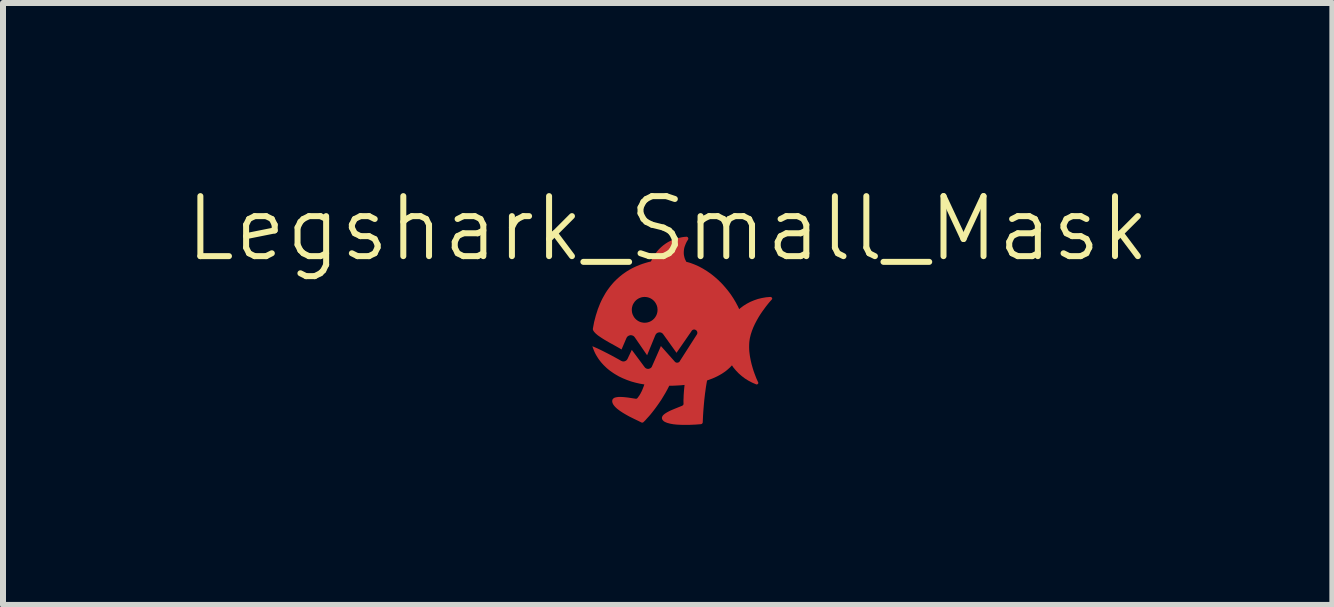
<source format=kicad_pcb>
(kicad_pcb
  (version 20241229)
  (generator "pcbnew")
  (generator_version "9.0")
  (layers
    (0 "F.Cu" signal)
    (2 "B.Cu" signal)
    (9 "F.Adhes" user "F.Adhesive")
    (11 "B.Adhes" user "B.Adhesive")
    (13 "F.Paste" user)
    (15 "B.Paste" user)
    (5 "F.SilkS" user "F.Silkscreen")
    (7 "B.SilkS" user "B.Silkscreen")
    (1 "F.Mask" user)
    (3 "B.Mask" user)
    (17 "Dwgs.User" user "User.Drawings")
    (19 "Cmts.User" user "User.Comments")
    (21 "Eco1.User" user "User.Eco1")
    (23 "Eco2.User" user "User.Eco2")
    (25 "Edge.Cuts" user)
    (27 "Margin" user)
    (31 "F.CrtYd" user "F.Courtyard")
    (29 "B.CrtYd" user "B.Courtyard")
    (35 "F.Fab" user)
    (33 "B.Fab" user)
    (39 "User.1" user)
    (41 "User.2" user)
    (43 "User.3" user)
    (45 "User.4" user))
  (footprint "Legshark_Small_Mask"
    (layer "F.Cu")
    (at 8.125 2.608)
    (property "Reference" "Legshark_Small_Mask" (at -0.051 -1.848 0) (unlocked yes) (layer "F.SilkS") (effects (font (size 1 1) (thickness 0.1))))
    (fp_poly (pts (xy 1.662 -0.711) (xy 1.664 -0.71) (xy 1.666 -0.71) (xy 1.668 -0.71) (xy 1.67 -0.709) (xy 1.672 -0.708) (xy 1.673 -0.708) (xy 1.675 -0.707) (xy 1.677 -0.706) (xy 1.678 -0.705) (xy 1.68 -0.704) (xy 1.681 -0.702) (xy 1.682 -0.701) (xy 1.684 -0.7) (xy 1.685 -0.698) (xy 1.686 -0.697) (xy 1.687 -0.695) (xy 1.687 -0.694) (xy 1.688 -0.692) (xy 1.689 -0.691) (xy 1.689 -0.689) (xy 1.689 -0.687) (xy 1.69 -0.686) (xy 1.69 -0.684) (xy 1.69 -0.682) (xy 1.69 -0.68) (xy 1.689 -0.679) (xy 1.689 -0.677) (xy 1.688 -0.675) (xy 1.688 -0.674) (xy 1.687 -0.672) (xy 1.687 -0.672) (xy 1.638 -0.617) (xy 1.587 -0.553) (xy 1.527 -0.471) (xy 1.495 -0.424) (xy 1.463 -0.373) (xy 1.433 -0.32) (xy 1.403 -0.263) (xy 1.376 -0.205) (xy 1.353 -0.146) (xy 1.333 -0.085) (xy 1.318 -0.023) (xy 1.313 0.008) (xy 1.309 0.039) (xy 1.307 0.071) (xy 1.306 0.103) (xy 1.306 0.135) (xy 1.307 0.167) (xy 1.309 0.199) (xy 1.313 0.231) (xy 1.317 0.263) (xy 1.322 0.294) (xy 1.334 0.355) (xy 1.348 0.414) (xy 1.364 0.47) (xy 1.38 0.522) (xy 1.397 0.569) (xy 1.413 0.611) (xy 1.427 0.647) (xy 1.45 0.698) (xy 1.458 0.716) (xy 1.459 0.718) (xy 1.459 0.72) (xy 1.459 0.722) (xy 1.459 0.724) (xy 1.458 0.726) (xy 1.458 0.727) (xy 1.458 0.729) (xy 1.457 0.731) (xy 1.456 0.732) (xy 1.455 0.734) (xy 1.454 0.735) (xy 1.453 0.736) (xy 1.452 0.738) (xy 1.451 0.739) (xy 1.45 0.74) (xy 1.448 0.741) (xy 1.447 0.742) (xy 1.445 0.743) (xy 1.444 0.744) (xy 1.442 0.745) (xy 1.44 0.745) (xy 1.438 0.746) (xy 1.437 0.746) (xy 1.435 0.746) (xy 1.433 0.747) (xy 1.431 0.747) (xy 1.429 0.747) (xy 1.427 0.746) (xy 1.425 0.746) (xy 1.423 0.746) (xy 1.421 0.745) (xy 1.419 0.744) (xy 1.355 0.716) (xy 1.294 0.684) (xy 1.236 0.648) (xy 1.182 0.607) (xy 1.132 0.563) (xy 1.086 0.515) (xy 1.044 0.465) (xy 1.007 0.411) (xy 0.975 0.355) (xy 0.948 0.297) (xy 0.936 0.267) (xy 0.926 0.237) (xy 0.917 0.206) (xy 0.909 0.175) (xy 0.903 0.143) (xy 0.898 0.112) (xy 0.895 0.08) (xy 0.893 0.047) (xy 0.893 0.014) (xy 0.894 -0.018) (xy 0.897 -0.051) (xy 0.901 -0.084) (xy 0.907 -0.117) (xy 0.915 -0.15) (xy 0.924 -0.181) (xy 0.935 -0.213) (xy 0.946 -0.243) (xy 0.96 -0.273) (xy 0.974 -0.301) (xy 0.99 -0.33) (xy 1.007 -0.357) (xy 1.026 -0.384) (xy 1.045 -0.409) (xy 1.066 -0.434) (xy 1.11 -0.481) (xy 1.159 -0.524) (xy 1.211 -0.563) (xy 1.267 -0.598) (xy 1.326 -0.629) (xy 1.388 -0.655) (xy 1.452 -0.677) (xy 1.519 -0.693) (xy 1.588 -0.705) (xy 1.658 -0.711) (xy 1.66 -0.711)) (stroke (width 0) (type solid)) (fill yes) (layer "F.Cu"))
    (fp_poly (pts (xy 0.264 -1.714) (xy 0.267 -1.714) (xy 0.269 -1.714) (xy 0.271 -1.713) (xy 0.273 -1.712) (xy 0.275 -1.711) (xy 0.277 -1.71) (xy 0.279 -1.709) (xy 0.28 -1.708) (xy 0.282 -1.707) (xy 0.283 -1.705) (xy 0.285 -1.704) (xy 0.286 -1.702) (xy 0.287 -1.7) (xy 0.288 -1.698) (xy 0.289 -1.696) (xy 0.29 -1.694) (xy 0.291 -1.692) (xy 0.292 -1.69) (xy 0.292 -1.688) (xy 0.292 -1.686) (xy 0.293 -1.684) (xy 0.293 -1.682) (xy 0.292 -1.679) (xy 0.292 -1.677) (xy 0.292 -1.675) (xy 0.291 -1.673) (xy 0.29 -1.671) (xy 0.289 -1.668) (xy 0.288 -1.666) (xy 0.287 -1.664) (xy 0.278 -1.65) (xy 0.268 -1.634) (xy 0.259 -1.616) (xy 0.25 -1.597) (xy 0.242 -1.577) (xy 0.234 -1.556) (xy 0.227 -1.534) (xy 0.222 -1.511) (xy 0.219 -1.487) (xy 0.217 -1.462) (xy 0.217 -1.436) (xy 0.218 -1.423) (xy 0.219 -1.41) (xy 0.222 -1.397) (xy 0.225 -1.383) (xy 0.228 -1.37) (xy 0.232 -1.356) (xy 0.237 -1.342) (xy 0.243 -1.329) (xy 0.25 -1.315) (xy 0.257 -1.301) (xy 0.258 -1.3) (xy 0.258 -1.3) (xy 0.258 -1.299) (xy 0.258 -1.299) (xy 0.259 -1.298) (xy 0.259 -1.298) (xy 0.259 -1.297) (xy 0.259 -1.296) (xy 0.295 -1.287) (xy 0.331 -1.276) (xy 0.402 -1.249) (xy 0.471 -1.218) (xy 0.539 -1.181) (xy 0.605 -1.14) (xy 0.67 -1.095) (xy 0.731 -1.046) (xy 0.791 -0.993) (xy 0.848 -0.937) (xy 0.901 -0.878) (xy 0.952 -0.817) (xy 1 -0.753) (xy 1.043 -0.688) (xy 1.083 -0.621) (xy 1.119 -0.553) (xy 1.151 -0.484) (xy 1.151 -0.484) (xy 1.13 0.262) (xy 1.111 0.3) (xy 1.089 0.336) (xy 1.066 0.371) (xy 1.04 0.404) (xy 1.013 0.436) (xy 0.984 0.466) (xy 0.953 0.494) (xy 0.921 0.521) (xy 0.886 0.546) (xy 0.851 0.569) (xy 0.813 0.591) (xy 0.774 0.612) (xy 0.734 0.631) (xy 0.692 0.649) (xy 0.649 0.665) (xy 0.605 0.681) (xy 0.595 0.736) (xy 0.586 0.791) (xy 0.571 0.9) (xy 0.559 1.004) (xy 0.55 1.102) (xy 0.543 1.19) (xy 0.538 1.267) (xy 0.533 1.376) (xy 0.533 1.377) (xy 0.533 1.379) (xy 0.533 1.381) (xy 0.532 1.382) (xy 0.532 1.384) (xy 0.531 1.385) (xy 0.531 1.387) (xy 0.53 1.389) (xy 0.53 1.39) (xy 0.529 1.391) (xy 0.528 1.393) (xy 0.527 1.394) (xy 0.526 1.395) (xy 0.525 1.397) (xy 0.524 1.398) (xy 0.523 1.399) (xy 0.522 1.4) (xy 0.521 1.401) (xy 0.52 1.402) (xy 0.518 1.403) (xy 0.517 1.404) (xy 0.516 1.405) (xy 0.514 1.405) (xy 0.513 1.406) (xy 0.512 1.407) (xy 0.51 1.407) (xy 0.509 1.407) (xy 0.507 1.408) (xy 0.505 1.408) (xy 0.504 1.408) (xy 0.502 1.409) (xy 0.501 1.409) (xy 0.411 1.416) (xy 0.318 1.42) (xy 0.209 1.421) (xy 0.152 1.419) (xy 0.096 1.416) (xy 0.042 1.41) (xy -0.008 1.401) (xy -0.053 1.389) (xy -0.073 1.382) (xy -0.091 1.374) (xy -0.107 1.366) (xy -0.12 1.356) (xy -0.131 1.345) (xy -0.14 1.333) (xy -0.144 1.324) (xy -0.146 1.316) (xy -0.147 1.307) (xy -0.147 1.299) (xy -0.145 1.291) (xy -0.142 1.283) (xy -0.138 1.275) (xy -0.133 1.267) (xy -0.126 1.259) (xy -0.119 1.252) (xy -0.101 1.237) (xy -0.079 1.222) (xy -0.055 1.208) (xy -0.029 1.194) (xy -0.000039 1.18) (xy 0.061 1.154) (xy 0.183 1.105) (xy 0.186 1.104) (xy 0.189 1.102) (xy 0.191 1.101) (xy 0.194 1.099) (xy 0.197 1.098) (xy 0.199 1.096) (xy 0.202 1.094) (xy 0.204 1.092) (xy 0.205 1.091) (xy 0.206 1.09) (xy 0.207 1.089) (xy 0.208 1.087) (xy 0.208 1.086) (xy 0.209 1.085) (xy 0.21 1.084) (xy 0.21 1.082) (xy 0.211 1.081) (xy 0.211 1.079) (xy 0.212 1.078) (xy 0.212 1.077) (xy 0.212 1.075) (xy 0.213 1.073) (xy 0.213 1.072) (xy 0.213 1.07) (xy 0.212 1.038) (xy 0.212 1.003) (xy 0.214 0.966) (xy 0.215 0.927) (xy 0.218 0.886) (xy 0.221 0.844) (xy 0.23 0.755) (xy 0.199 0.758) (xy 0.167 0.761) (xy 0.136 0.763) (xy 0.104 0.765) (xy 0.04 0.768) (xy -0.025 0.769) (xy -0.057 0.831) (xy -0.089 0.889) (xy -0.122 0.944) (xy -0.154 0.997) (xy -0.187 1.046) (xy -0.219 1.092) (xy -0.25 1.135) (xy -0.28 1.175) (xy -0.309 1.212) (xy -0.336 1.246) (xy -0.362 1.276) (xy -0.386 1.302) (xy -0.425 1.346) (xy -0.454 1.374) (xy -0.456 1.376) (xy -0.457 1.378) (xy -0.46 1.379) (xy -0.462 1.38) (xy -0.464 1.381) (xy -0.466 1.382) (xy -0.468 1.383) (xy -0.471 1.383) (xy -0.473 1.383) (xy -0.476 1.383) (xy -0.478 1.383) (xy -0.48 1.383) (xy -0.483 1.382) (xy -0.485 1.382) (xy -0.487 1.381) (xy -0.49 1.38) (xy -0.535 1.357) (xy -0.602 1.325) (xy -0.683 1.285) (xy -0.725 1.262) (xy -0.767 1.238) (xy -0.808 1.213) (xy -0.847 1.187) (xy -0.883 1.16) (xy -0.899 1.147) (xy -0.914 1.133) (xy -0.928 1.119) (xy -0.94 1.105) (xy -0.951 1.091) (xy -0.96 1.077) (xy -0.967 1.063) (xy -0.972 1.049) (xy -0.975 1.036) (xy -0.975 1.022) (xy -0.974 1.012) (xy -0.972 1.004) (xy -0.969 0.996) (xy -0.964 0.989) (xy -0.958 0.983) (xy -0.951 0.977) (xy -0.944 0.972) (xy -0.935 0.968) (xy -0.925 0.965) (xy -0.915 0.962) (xy -0.892 0.958) (xy -0.867 0.955) (xy -0.839 0.955) (xy -0.81 0.956) (xy -0.779 0.958) (xy -0.715 0.965) (xy -0.592 0.984) (xy -0.589 0.985) (xy -0.587 0.985) (xy -0.584 0.985) (xy -0.582 0.985) (xy -0.579 0.985) (xy -0.577 0.985) (xy -0.575 0.985) (xy -0.572 0.985) (xy -0.57 0.984) (xy -0.568 0.983) (xy -0.567 0.983) (xy -0.566 0.983) (xy -0.565 0.982) (xy -0.564 0.982) (xy -0.563 0.981) (xy -0.562 0.98) (xy -0.561 0.98) (xy -0.56 0.979) (xy -0.559 0.978) (xy -0.558 0.977) (xy -0.557 0.976) (xy -0.556 0.975) (xy -0.547 0.964) (xy -0.538 0.951) (xy -0.529 0.939) (xy -0.52 0.926) (xy -0.512 0.912) (xy -0.504 0.899) (xy -0.497 0.884) (xy -0.489 0.87) (xy -0.482 0.855) (xy -0.475 0.84) (xy -0.463 0.81) (xy -0.451 0.779) (xy -0.44 0.747) (xy -0.515 0.734) (xy -0.589 0.717) (xy -0.661 0.697) (xy -0.731 0.672) (xy -0.799 0.644) (xy -0.864 0.613) (xy -0.926 0.577) (xy -0.956 0.558) (xy -0.985 0.538) (xy -1.013 0.518) (xy -1.041 0.496) (xy -1.067 0.474) (xy -1.092 0.45) (xy -1.117 0.426) (xy -1.14 0.401) (xy -1.162 0.376) (xy -1.183 0.349) (xy -1.203 0.322) (xy -1.221 0.294) (xy -1.239 0.265) (xy -1.255 0.236) (xy -1.27 0.205) (xy -1.283 0.174) (xy -1.295 0.143) (xy -1.306 0.11) (xy -1.265 0.128) (xy -1.223 0.146) (xy -1.181 0.166) (xy -1.14 0.186) (xy -1.059 0.227) (xy -0.984 0.266) (xy -0.92 0.301) (xy -0.869 0.329) (xy -0.824 0.355) (xy -0.816 0.358) (xy -0.813 0.36) (xy -0.809 0.361) (xy -0.806 0.362) (xy -0.802 0.362) (xy -0.799 0.363) (xy -0.795 0.363) (xy -0.792 0.364) (xy -0.788 0.364) (xy -0.785 0.364) (xy -0.781 0.363) (xy -0.777 0.363) (xy -0.774 0.362) (xy -0.771 0.362) (xy -0.767 0.361) (xy -0.764 0.36) (xy -0.761 0.358) (xy -0.757 0.357) (xy -0.754 0.355) (xy -0.751 0.354) (xy -0.748 0.352) (xy -0.745 0.35) (xy -0.742 0.348) (xy -0.739 0.346) (xy -0.737 0.343) (xy -0.734 0.341) (xy -0.732 0.338) (xy -0.729 0.335) (xy -0.727 0.332) (xy -0.725 0.329) (xy -0.723 0.326) (xy -0.721 0.322) (xy -0.719 0.319) (xy -0.649 0.171) (xy -0.435 0.459) (xy -0.432 0.462) (xy -0.429 0.465) (xy -0.427 0.468) (xy -0.424 0.471) (xy -0.421 0.473) (xy -0.418 0.475) (xy -0.415 0.477) (xy -0.411 0.479) (xy -0.408 0.481) (xy -0.405 0.482) (xy -0.401 0.484) (xy -0.398 0.485) (xy -0.394 0.486) (xy -0.39 0.486) (xy -0.387 0.487) (xy -0.383 0.487) (xy -0.38 0.487) (xy -0.378 0.487) (xy -0.375 0.487) (xy -0.372 0.487) (xy -0.37 0.487) (xy -0.367 0.487) (xy -0.364 0.486) (xy -0.362 0.486) (xy -0.359 0.485) (xy -0.356 0.484) (xy -0.354 0.483) (xy -0.351 0.482) (xy -0.349 0.481) (xy -0.346 0.48) (xy -0.344 0.479) (xy -0.341 0.478) (xy -0.339 0.476) (xy -0.336 0.475) (xy -0.334 0.473) (xy -0.332 0.471) (xy -0.33 0.47) (xy -0.328 0.468) (xy -0.326 0.466) (xy -0.324 0.464) (xy -0.322 0.461) (xy -0.32 0.459) (xy -0.319 0.457) (xy -0.317 0.454) (xy -0.315 0.452) (xy -0.314 0.449) (xy -0.313 0.447) (xy -0.312 0.444) (xy -0.228 0.254) (xy -0.164 0.107) (xy 0.006 0.298) (xy 0.065 0.364) (xy 0.067 0.367) (xy 0.069 0.369) (xy 0.071 0.37) (xy 0.072 0.372) (xy 0.074 0.373) (xy 0.076 0.375) (xy 0.077 0.376) (xy 0.079 0.377) (xy 0.081 0.378) (xy 0.085 0.38) (xy 0.089 0.382) (xy 0.093 0.383) (xy 0.097 0.384) (xy 0.101 0.384) (xy 0.105 0.384) (xy 0.11 0.384) (xy 0.114 0.384) (xy 0.118 0.383) (xy 0.122 0.382) (xy 0.126 0.381) (xy 0.13 0.379) (xy 0.132 0.378) (xy 0.134 0.377) (xy 0.136 0.376) (xy 0.138 0.374) (xy 0.139 0.373) (xy 0.141 0.371) (xy 0.143 0.37) (xy 0.145 0.368) (xy 0.146 0.367) (xy 0.148 0.365) (xy 0.149 0.363) (xy 0.151 0.361) (xy 0.152 0.359) (xy 0.153 0.357) (xy 0.154 0.355) (xy 0.155 0.352) (xy 0.438 -0.09) (xy 0.44 -0.096) (xy 0.442 -0.102) (xy 0.443 -0.108) (xy 0.443 -0.114) (xy 0.443 -0.119) (xy 0.442 -0.124) (xy 0.441 -0.129) (xy 0.439 -0.134) (xy 0.437 -0.139) (xy 0.435 -0.143) (xy 0.432 -0.147) (xy 0.428 -0.151) (xy 0.425 -0.154) (xy 0.421 -0.157) (xy 0.417 -0.16) (xy 0.413 -0.162) (xy 0.408 -0.164) (xy 0.404 -0.166) (xy 0.399 -0.167) (xy 0.394 -0.168) (xy 0.39 -0.168) (xy 0.385 -0.168) (xy 0.38 -0.167) (xy 0.375 -0.166) (xy 0.371 -0.164) (xy 0.366 -0.162) (xy 0.362 -0.159) (xy 0.357 -0.156) (xy 0.353 -0.152) (xy 0.35 -0.148) (xy 0.346 -0.143) (xy 0.343 -0.137) (xy 0.096 0.22) (xy -0.126 -0.09) (xy -0.13 -0.094) (xy -0.133 -0.098) (xy -0.137 -0.102) (xy -0.141 -0.106) (xy -0.145 -0.109) (xy -0.149 -0.111) (xy -0.154 -0.114) (xy -0.158 -0.116) (xy -0.163 -0.117) (xy -0.168 -0.119) (xy -0.173 -0.12) (xy -0.178 -0.121) (xy -0.182 -0.121) (xy -0.187 -0.121) (xy -0.192 -0.121) (xy -0.197 -0.12) (xy -0.202 -0.119) (xy -0.207 -0.118) (xy -0.212 -0.117) (xy -0.216 -0.115) (xy -0.221 -0.113) (xy -0.225 -0.111) (xy -0.229 -0.108) (xy -0.233 -0.105) (xy -0.237 -0.102) (xy -0.241 -0.098) (xy -0.244 -0.094) (xy -0.247 -0.09) (xy -0.25 -0.086) (xy -0.253 -0.081) (xy -0.255 -0.076) (xy -0.258 -0.071) (xy -0.394 0.261) (xy -0.6 -0.039) (xy -0.604 -0.043) (xy -0.607 -0.048) (xy -0.611 -0.052) (xy -0.615 -0.055) (xy -0.619 -0.059) (xy -0.624 -0.062) (xy -0.628 -0.064) (xy -0.633 -0.066) (xy -0.638 -0.068) (xy -0.643 -0.07) (xy -0.648 -0.071) (xy -0.653 -0.072) (xy -0.658 -0.073) (xy -0.663 -0.073) (xy -0.668 -0.073) (xy -0.673 -0.073) (xy -0.678 -0.072) (xy -0.683 -0.071) (xy -0.688 -0.07) (xy -0.693 -0.068) (xy -0.698 -0.066) (xy -0.703 -0.064) (xy -0.707 -0.061) (xy -0.712 -0.058) (xy -0.716 -0.055) (xy -0.72 -0.052) (xy -0.724 -0.048) (xy -0.727 -0.044) (xy -0.731 -0.039) (xy -0.734 -0.034) (xy -0.736 -0.029) (xy -0.739 -0.024) (xy -0.82 0.165) (xy -0.84 0.152) (xy -0.866 0.137) (xy -0.933 0.099) (xy -1.013 0.055) (xy -1.097 0.007) (xy -1.138 -0.019) (xy -1.176 -0.044) (xy -1.212 -0.069) (xy -1.242 -0.094) (xy -1.255 -0.106) (xy -1.267 -0.119) (xy -1.277 -0.13) (xy -1.285 -0.142) (xy -1.292 -0.153) (xy -1.296 -0.164) (xy -1.298 -0.174) (xy -1.297 -0.185) (xy -1.276 -0.296) (xy -1.248 -0.403) (xy -1.218 -0.496) (xy -0.649 -0.496) (xy -0.648 -0.484) (xy -0.647 -0.473) (xy -0.646 -0.461) (xy -0.644 -0.45) (xy -0.641 -0.439) (xy -0.638 -0.428) (xy -0.634 -0.417) (xy -0.629 -0.407) (xy -0.624 -0.397) (xy -0.619 -0.387) (xy -0.613 -0.377) (xy -0.607 -0.368) (xy -0.6 -0.359) (xy -0.593 -0.351) (xy -0.585 -0.343) (xy -0.577 -0.335) (xy -0.568 -0.328) (xy -0.56 -0.322) (xy -0.55 -0.315) (xy -0.541 -0.309) (xy -0.531 -0.304) (xy -0.521 -0.299) (xy -0.51 -0.295) (xy -0.5 -0.291) (xy -0.489 -0.288) (xy -0.478 -0.286) (xy -0.466 -0.284) (xy -0.455 -0.282) (xy -0.443 -0.281) (xy -0.431 -0.281) (xy -0.419 -0.282) (xy -0.409 -0.283) (xy -0.399 -0.284) (xy -0.39 -0.286) (xy -0.38 -0.288) (xy -0.371 -0.291) (xy -0.362 -0.294) (xy -0.353 -0.297) (xy -0.344 -0.301) (xy -0.335 -0.306) (xy -0.327 -0.31) (xy -0.319 -0.315) (xy -0.311 -0.321) (xy -0.303 -0.326) (xy -0.296 -0.332) (xy -0.289 -0.339) (xy -0.282 -0.345) (xy -0.276 -0.352) (xy -0.269 -0.359) (xy -0.264 -0.367) (xy -0.258 -0.374) (xy -0.253 -0.382) (xy -0.248 -0.391) (xy -0.243 -0.399) (xy -0.239 -0.408) (xy -0.235 -0.417) (xy -0.232 -0.426) (xy -0.229 -0.435) (xy -0.227 -0.444) (xy -0.224 -0.454) (xy -0.223 -0.464) (xy -0.221 -0.473) (xy -0.221 -0.483) (xy -0.22 -0.495) (xy -0.221 -0.507) (xy -0.222 -0.519) (xy -0.223 -0.531) (xy -0.225 -0.542) (xy -0.228 -0.553) (xy -0.231 -0.564) (xy -0.235 -0.575) (xy -0.24 -0.585) (xy -0.245 -0.595) (xy -0.25 -0.605) (xy -0.256 -0.614) (xy -0.262 -0.624) (xy -0.269 -0.632) (xy -0.276 -0.641) (xy -0.284 -0.649) (xy -0.292 -0.656) (xy -0.301 -0.664) (xy -0.309 -0.67) (xy -0.319 -0.677) (xy -0.328 -0.682) (xy -0.338 -0.688) (xy -0.348 -0.692) (xy -0.358 -0.697) (xy -0.369 -0.7) (xy -0.38 -0.704) (xy -0.391 -0.706) (xy -0.403 -0.708) (xy -0.414 -0.71) (xy -0.426 -0.71) (xy -0.438 -0.711) (xy -0.45 -0.71) (xy -0.46 -0.709) (xy -0.47 -0.708) (xy -0.479 -0.706) (xy -0.489 -0.704) (xy -0.498 -0.701) (xy -0.507 -0.698) (xy -0.516 -0.694) (xy -0.525 -0.691) (xy -0.534 -0.686) (xy -0.542 -0.682) (xy -0.55 -0.677) (xy -0.558 -0.671) (xy -0.566 -0.666) (xy -0.573 -0.66) (xy -0.58 -0.653) (xy -0.587 -0.647) (xy -0.593 -0.64) (xy -0.6 -0.633) (xy -0.605 -0.625) (xy -0.611 -0.617) (xy -0.616 -0.609) (xy -0.621 -0.601) (xy -0.626 -0.593) (xy -0.63 -0.584) (xy -0.634 -0.575) (xy -0.637 -0.566) (xy -0.64 -0.557) (xy -0.642 -0.548) (xy -0.645 -0.538) (xy -0.646 -0.528) (xy -0.648 -0.518) (xy -0.648 -0.508) (xy -0.649 -0.496) (xy -1.218 -0.496) (xy -1.216 -0.504) (xy -1.178 -0.6) (xy -1.157 -0.646) (xy -1.135 -0.69) (xy -1.111 -0.733) (xy -1.087 -0.775) (xy -1.061 -0.815) (xy -1.033 -0.854) (xy -1.005 -0.891) (xy -0.975 -0.927) (xy -0.944 -0.962) (xy -0.911 -0.995) (xy -0.878 -1.026) (xy -0.843 -1.056) (xy -0.807 -1.085) (xy -0.769 -1.112) (xy -0.731 -1.138) (xy -0.691 -1.162) (xy -0.65 -1.185) (xy -0.608 -1.206) (xy -0.564 -1.226) (xy -0.52 -1.244) (xy -0.474 -1.261) (xy -0.427 -1.276) (xy -0.379 -1.29) (xy -0.33 -1.302) (xy -0.307 -1.349) (xy -0.292 -1.378) (xy -0.273 -1.408) (xy -0.251 -1.439) (xy -0.226 -1.472) (xy -0.197 -1.505) (xy -0.164 -1.537) (xy -0.127 -1.569) (xy -0.086 -1.599) (xy -0.064 -1.613) (xy -0.041 -1.627) (xy -0.016 -1.64) (xy 0.009 -1.652) (xy 0.036 -1.663) (xy 0.064 -1.674) (xy 0.094 -1.684) (xy 0.124 -1.692) (xy 0.156 -1.699) (xy 0.189 -1.706) (xy 0.224 -1.711) (xy 0.26 -1.714) (xy 0.262 -1.714)) (stroke (width 0) (type solid)) (fill yes) (layer "F.Cu"))
    (fp_poly (pts (xy 1.662 -0.711) (xy 1.664 -0.711) (xy 1.666 -0.71) (xy 1.668 -0.71) (xy 1.669 -0.709) (xy 1.671 -0.709) (xy 1.673 -0.708) (xy 1.675 -0.707) (xy 1.676 -0.706) (xy 1.678 -0.705) (xy 1.679 -0.704) (xy 1.681 -0.703) (xy 1.682 -0.701) (xy 1.683 -0.7) (xy 1.684 -0.699) (xy 1.685 -0.697) (xy 1.686 -0.696) (xy 1.687 -0.694) (xy 1.688 -0.693) (xy 1.688 -0.691) (xy 1.689 -0.689) (xy 1.689 -0.688) (xy 1.689 -0.686) (xy 1.689 -0.684) (xy 1.689 -0.683) (xy 1.689 -0.681) (xy 1.689 -0.679) (xy 1.688 -0.677) (xy 1.688 -0.676) (xy 1.687 -0.674) (xy 1.686 -0.672) (xy 1.686 -0.672) (xy 1.638 -0.617) (xy 1.587 -0.554) (xy 1.526 -0.471) (xy 1.495 -0.424) (xy 1.463 -0.373) (xy 1.432 -0.32) (xy 1.403 -0.264) (xy 1.376 -0.206) (xy 1.352 -0.146) (xy 1.333 -0.085) (xy 1.318 -0.024) (xy 1.313 0.008) (xy 1.309 0.039) (xy 1.306 0.071) (xy 1.305 0.103) (xy 1.305 0.135) (xy 1.307 0.167) (xy 1.309 0.199) (xy 1.312 0.231) (xy 1.317 0.263) (xy 1.322 0.294) (xy 1.334 0.355) (xy 1.348 0.414) (xy 1.364 0.47) (xy 1.38 0.522) (xy 1.396 0.569) (xy 1.412 0.611) (xy 1.427 0.647) (xy 1.449 0.698) (xy 1.458 0.716) (xy 1.458 0.718) (xy 1.458 0.72) (xy 1.458 0.722) (xy 1.458 0.723) (xy 1.458 0.725) (xy 1.458 0.727) (xy 1.457 0.729) (xy 1.456 0.73) (xy 1.456 0.732) (xy 1.455 0.733) (xy 1.454 0.735) (xy 1.453 0.736) (xy 1.452 0.737) (xy 1.45 0.739) (xy 1.449 0.74) (xy 1.448 0.741) (xy 1.446 0.742) (xy 1.445 0.743) (xy 1.443 0.744) (xy 1.441 0.744) (xy 1.44 0.745) (xy 1.438 0.745) (xy 1.436 0.746) (xy 1.434 0.746) (xy 1.432 0.746) (xy 1.43 0.746) (xy 1.428 0.746) (xy 1.426 0.746) (xy 1.424 0.746) (xy 1.422 0.745) (xy 1.42 0.745) (xy 1.418 0.744) (xy 1.354 0.716) (xy 1.293 0.684) (xy 1.236 0.647) (xy 1.182 0.607) (xy 1.131 0.563) (xy 1.086 0.515) (xy 1.044 0.465) (xy 1.007 0.411) (xy 0.975 0.355) (xy 0.947 0.297) (xy 0.936 0.267) (xy 0.925 0.237) (xy 0.916 0.206) (xy 0.908 0.175) (xy 0.902 0.143) (xy 0.898 0.111) (xy 0.894 0.079) (xy 0.892 0.047) (xy 0.892 0.014) (xy 0.893 -0.019) (xy 0.896 -0.052) (xy 0.901 -0.085) (xy 0.907 -0.118) (xy 0.914 -0.15) (xy 0.924 -0.182) (xy 0.934 -0.213) (xy 0.946 -0.243) (xy 0.959 -0.273) (xy 0.974 -0.302) (xy 0.99 -0.33) (xy 1.007 -0.357) (xy 1.025 -0.384) (xy 1.045 -0.41) (xy 1.065 -0.434) (xy 1.11 -0.481) (xy 1.158 -0.524) (xy 1.211 -0.564) (xy 1.267 -0.599) (xy 1.326 -0.63) (xy 1.388 -0.656) (xy 1.452 -0.677) (xy 1.519 -0.694) (xy 1.587 -0.705) (xy 1.658 -0.711) (xy 1.66 -0.711)) (stroke (width 0) (type solid)) (fill yes) (layer "F.Mask"))
    (fp_poly (pts (xy 0.264 -1.715) (xy 0.266 -1.714) (xy 0.268 -1.714) (xy 0.27 -1.713) (xy 0.272 -1.713) (xy 0.274 -1.712) (xy 0.276 -1.711) (xy 0.278 -1.71) (xy 0.28 -1.708) (xy 0.281 -1.707) (xy 0.283 -1.705) (xy 0.284 -1.704) (xy 0.286 -1.702) (xy 0.287 -1.7) (xy 0.288 -1.699) (xy 0.289 -1.697) (xy 0.29 -1.695) (xy 0.29 -1.693) (xy 0.291 -1.691) (xy 0.292 -1.689) (xy 0.292 -1.686) (xy 0.292 -1.684) (xy 0.292 -1.682) (xy 0.292 -1.68) (xy 0.292 -1.678) (xy 0.291 -1.675) (xy 0.291 -1.673) (xy 0.29 -1.671) (xy 0.289 -1.669) (xy 0.288 -1.667) (xy 0.287 -1.665) (xy 0.277 -1.65) (xy 0.268 -1.634) (xy 0.258 -1.616) (xy 0.249 -1.598) (xy 0.241 -1.578) (xy 0.233 -1.556) (xy 0.227 -1.534) (xy 0.222 -1.511) (xy 0.218 -1.487) (xy 0.216 -1.462) (xy 0.217 -1.436) (xy 0.217 -1.423) (xy 0.219 -1.41) (xy 0.221 -1.397) (xy 0.224 -1.384) (xy 0.228 -1.37) (xy 0.232 -1.356) (xy 0.237 -1.343) (xy 0.243 -1.329) (xy 0.249 -1.315) (xy 0.257 -1.301) (xy 0.257 -1.301) (xy 0.257 -1.3) (xy 0.258 -1.3) (xy 0.258 -1.299) (xy 0.258 -1.298) (xy 0.258 -1.298) (xy 0.259 -1.297) (xy 0.259 -1.297) (xy 0.295 -1.287) (xy 0.331 -1.276) (xy 0.402 -1.25) (xy 0.471 -1.218) (xy 0.539 -1.182) (xy 0.605 -1.141) (xy 0.669 -1.095) (xy 0.731 -1.046) (xy 0.79 -0.993) (xy 0.847 -0.937) (xy 0.901 -0.879) (xy 0.952 -0.817) (xy 0.999 -0.754) (xy 1.043 -0.688) (xy 1.083 -0.621) (xy 1.119 -0.553) (xy 1.15 -0.485) (xy 1.15 -0.485) (xy 1.13 0.261) (xy 1.11 0.3) (xy 1.089 0.336) (xy 1.065 0.371) (xy 1.04 0.404) (xy 1.013 0.436) (xy 0.983 0.465) (xy 0.953 0.494) (xy 0.92 0.52) (xy 0.886 0.545) (xy 0.85 0.569) (xy 0.813 0.591) (xy 0.774 0.612) (xy 0.733 0.631) (xy 0.692 0.649) (xy 0.649 0.665) (xy 0.604 0.68) (xy 0.595 0.736) (xy 0.586 0.791) (xy 0.571 0.9) (xy 0.559 1.004) (xy 0.55 1.102) (xy 0.543 1.19) (xy 0.538 1.267) (xy 0.533 1.375) (xy 0.532 1.377) (xy 0.532 1.379) (xy 0.532 1.38) (xy 0.532 1.382) (xy 0.531 1.384) (xy 0.531 1.385) (xy 0.53 1.387) (xy 0.53 1.388) (xy 0.529 1.39) (xy 0.528 1.391) (xy 0.528 1.392) (xy 0.527 1.394) (xy 0.526 1.395) (xy 0.525 1.396) (xy 0.524 1.397) (xy 0.523 1.399) (xy 0.522 1.4) (xy 0.52 1.401) (xy 0.519 1.402) (xy 0.518 1.403) (xy 0.517 1.403) (xy 0.515 1.404) (xy 0.514 1.405) (xy 0.513 1.406) (xy 0.511 1.406) (xy 0.51 1.407) (xy 0.508 1.407) (xy 0.507 1.408) (xy 0.505 1.408) (xy 0.503 1.408) (xy 0.502 1.408) (xy 0.5 1.408) (xy 0.411 1.415) (xy 0.317 1.42) (xy 0.208 1.421) (xy 0.151 1.419) (xy 0.095 1.415) (xy 0.042 1.409) (xy -0.008 1.401) (xy -0.053 1.389) (xy -0.073 1.382) (xy -0.091 1.374) (xy -0.107 1.365) (xy -0.121 1.355) (xy -0.132 1.344) (xy -0.14 1.332) (xy -0.144 1.324) (xy -0.147 1.315) (xy -0.148 1.307) (xy -0.148 1.299) (xy -0.146 1.291) (xy -0.143 1.282) (xy -0.139 1.275) (xy -0.133 1.267) (xy -0.127 1.259) (xy -0.119 1.251) (xy -0.101 1.236) (xy -0.08 1.222) (xy -0.056 1.207) (xy -0.029 1.194) (xy -0.001 1.18) (xy 0.06 1.154) (xy 0.182 1.105) (xy 0.185 1.103) (xy 0.188 1.102) (xy 0.191 1.101) (xy 0.194 1.099) (xy 0.196 1.097) (xy 0.199 1.095) (xy 0.201 1.094) (xy 0.203 1.092) (xy 0.204 1.09) (xy 0.205 1.089) (xy 0.206 1.088) (xy 0.207 1.087) (xy 0.208 1.086) (xy 0.209 1.085) (xy 0.209 1.083) (xy 0.21 1.082) (xy 0.211 1.081) (xy 0.211 1.079) (xy 0.211 1.078) (xy 0.212 1.076) (xy 0.212 1.075) (xy 0.212 1.073) (xy 0.212 1.071) (xy 0.212 1.07) (xy 0.212 1.038) (xy 0.212 1.003) (xy 0.213 0.966) (xy 0.215 0.927) (xy 0.218 0.886) (xy 0.221 0.844) (xy 0.229 0.755) (xy 0.198 0.758) (xy 0.167 0.761) (xy 0.135 0.763) (xy 0.104 0.765) (xy 0.04 0.768) (xy -0.025 0.769) (xy -0.057 0.83) (xy -0.089 0.888) (xy -0.122 0.944) (xy -0.155 0.996) (xy -0.187 1.046) (xy -0.219 1.092) (xy -0.25 1.135) (xy -0.281 1.175) (xy -0.31 1.212) (xy -0.337 1.245) (xy -0.363 1.275) (xy -0.386 1.302) (xy -0.426 1.345) (xy -0.454 1.374) (xy -0.456 1.376) (xy -0.458 1.377) (xy -0.46 1.379) (xy -0.462 1.38) (xy -0.464 1.381) (xy -0.467 1.382) (xy -0.469 1.382) (xy -0.471 1.383) (xy -0.474 1.383) (xy -0.476 1.383) (xy -0.478 1.383) (xy -0.481 1.383) (xy -0.483 1.382) (xy -0.485 1.381) (xy -0.488 1.38) (xy -0.49 1.379) (xy -0.536 1.357) (xy -0.603 1.324) (xy -0.683 1.284) (xy -0.725 1.262) (xy -0.767 1.238) (xy -0.809 1.213) (xy -0.848 1.187) (xy -0.883 1.16) (xy -0.9 1.146) (xy -0.915 1.133) (xy -0.929 1.119) (xy -0.941 1.105) (xy -0.952 1.091) (xy -0.96 1.077) (xy -0.967 1.063) (xy -0.973 1.049) (xy -0.975 1.035) (xy -0.976 1.022) (xy -0.975 1.012) (xy -0.973 1.004) (xy -0.969 0.996) (xy -0.964 0.989) (xy -0.959 0.983) (xy -0.952 0.977) (xy -0.944 0.972) (xy -0.935 0.968) (xy -0.926 0.964) (xy -0.916 0.961) (xy -0.893 0.957) (xy -0.867 0.955) (xy -0.839 0.954) (xy -0.81 0.955) (xy -0.779 0.958) (xy -0.716 0.965) (xy -0.592 0.984) (xy -0.59 0.984) (xy -0.587 0.985) (xy -0.585 0.985) (xy -0.582 0.985) (xy -0.58 0.985) (xy -0.578 0.985) (xy -0.575 0.985) (xy -0.573 0.984) (xy -0.571 0.984) (xy -0.568 0.983) (xy -0.567 0.983) (xy -0.566 0.982) (xy -0.565 0.982) (xy -0.564 0.981) (xy -0.563 0.981) (xy -0.562 0.98) (xy -0.561 0.979) (xy -0.56 0.979) (xy -0.559 0.978) (xy -0.559 0.977) (xy -0.558 0.976) (xy -0.557 0.975) (xy -0.547 0.963) (xy -0.538 0.951) (xy -0.529 0.938) (xy -0.521 0.925) (xy -0.513 0.912) (xy -0.505 0.898) (xy -0.497 0.884) (xy -0.49 0.87) (xy -0.483 0.855) (xy -0.476 0.84) (xy -0.463 0.81) (xy -0.451 0.778) (xy -0.44 0.746) (xy -0.516 0.734) (xy -0.589 0.717) (xy -0.661 0.696) (xy -0.731 0.672) (xy -0.799 0.644) (xy -0.864 0.612) (xy -0.927 0.577) (xy -0.956 0.558) (xy -0.985 0.538) (xy -1.014 0.517) (xy -1.041 0.496) (xy -1.067 0.473) (xy -1.093 0.45) (xy -1.117 0.426) (xy -1.14 0.401) (xy -1.162 0.375) (xy -1.183 0.349) (xy -1.203 0.322) (xy -1.222 0.294) (xy -1.239 0.265) (xy -1.255 0.235) (xy -1.27 0.205) (xy -1.284 0.174) (xy -1.296 0.142) (xy -1.306 0.11) (xy -1.265 0.127) (xy -1.224 0.146) (xy -1.182 0.166) (xy -1.14 0.186) (xy -1.059 0.227) (xy -0.985 0.266) (xy -0.92 0.301) (xy -0.87 0.329) (xy -0.825 0.355) (xy -0.817 0.358) (xy -0.813 0.359) (xy -0.81 0.36) (xy -0.806 0.361) (xy -0.803 0.362) (xy -0.799 0.363) (xy -0.796 0.363) (xy -0.792 0.363) (xy -0.789 0.363) (xy -0.785 0.363) (xy -0.781 0.363) (xy -0.778 0.363) (xy -0.774 0.362) (xy -0.771 0.361) (xy -0.768 0.36) (xy -0.764 0.359) (xy -0.761 0.358) (xy -0.758 0.357) (xy -0.755 0.355) (xy -0.751 0.353) (xy -0.748 0.352) (xy -0.745 0.35) (xy -0.743 0.347) (xy -0.74 0.345) (xy -0.737 0.343) (xy -0.734 0.34) (xy -0.732 0.338) (xy -0.73 0.335) (xy -0.727 0.332) (xy -0.725 0.329) (xy -0.723 0.325) (xy -0.721 0.322) (xy -0.72 0.319) (xy -0.65 0.171) (xy -0.435 0.459) (xy -0.433 0.462) (xy -0.43 0.465) (xy -0.427 0.468) (xy -0.424 0.47) (xy -0.421 0.473) (xy -0.418 0.475) (xy -0.415 0.477) (xy -0.412 0.479) (xy -0.409 0.481) (xy -0.405 0.482) (xy -0.402 0.483) (xy -0.398 0.484) (xy -0.395 0.485) (xy -0.391 0.486) (xy -0.387 0.487) (xy -0.384 0.487) (xy -0.381 0.487) (xy -0.378 0.487) (xy -0.375 0.487) (xy -0.373 0.487) (xy -0.37 0.487) (xy -0.367 0.486) (xy -0.365 0.486) (xy -0.362 0.485) (xy -0.359 0.485) (xy -0.357 0.484) (xy -0.354 0.483) (xy -0.352 0.482) (xy -0.349 0.481) (xy -0.347 0.48) (xy -0.344 0.479) (xy -0.342 0.477) (xy -0.339 0.476) (xy -0.337 0.474) (xy -0.335 0.473) (xy -0.333 0.471) (xy -0.33 0.469) (xy -0.328 0.467) (xy -0.326 0.465) (xy -0.324 0.463) (xy -0.323 0.461) (xy -0.321 0.459) (xy -0.319 0.457) (xy -0.317 0.454) (xy -0.316 0.452) (xy -0.315 0.449) (xy -0.313 0.446) (xy -0.312 0.443) (xy -0.229 0.254) (xy -0.164 0.107) (xy 0.006 0.298) (xy 0.065 0.364) (xy 0.067 0.367) (xy 0.069 0.368) (xy 0.07 0.37) (xy 0.072 0.371) (xy 0.073 0.373) (xy 0.075 0.374) (xy 0.077 0.375) (xy 0.079 0.377) (xy 0.081 0.378) (xy 0.085 0.38) (xy 0.088 0.381) (xy 0.093 0.382) (xy 0.097 0.383) (xy 0.101 0.384) (xy 0.105 0.384) (xy 0.109 0.384) (xy 0.113 0.384) (xy 0.118 0.383) (xy 0.122 0.382) (xy 0.126 0.38) (xy 0.129 0.379) (xy 0.131 0.378) (xy 0.133 0.376) (xy 0.135 0.375) (xy 0.137 0.374) (xy 0.139 0.373) (xy 0.141 0.371) (xy 0.142 0.37) (xy 0.144 0.368) (xy 0.146 0.366) (xy 0.147 0.365) (xy 0.149 0.363) (xy 0.15 0.361) (xy 0.151 0.359) (xy 0.153 0.357) (xy 0.154 0.354) (xy 0.155 0.352) (xy 0.438 -0.09) (xy 0.44 -0.096) (xy 0.441 -0.102) (xy 0.442 -0.108) (xy 0.443 -0.114) (xy 0.443 -0.119) (xy 0.442 -0.125) (xy 0.441 -0.13) (xy 0.439 -0.135) (xy 0.437 -0.139) (xy 0.434 -0.143) (xy 0.431 -0.147) (xy 0.428 -0.151) (xy 0.424 -0.155) (xy 0.421 -0.158) (xy 0.417 -0.16) (xy 0.412 -0.163) (xy 0.408 -0.165) (xy 0.403 -0.166) (xy 0.399 -0.167) (xy 0.394 -0.168) (xy 0.389 -0.168) (xy 0.384 -0.168) (xy 0.379 -0.167) (xy 0.375 -0.166) (xy 0.37 -0.165) (xy 0.366 -0.162) (xy 0.361 -0.16) (xy 0.357 -0.156) (xy 0.353 -0.152) (xy 0.349 -0.148) (xy 0.346 -0.143) (xy 0.343 -0.137) (xy 0.096 0.22) (xy -0.127 -0.09) (xy -0.13 -0.095) (xy -0.134 -0.099) (xy -0.137 -0.102) (xy -0.141 -0.106) (xy -0.146 -0.109) (xy -0.15 -0.112) (xy -0.154 -0.114) (xy -0.159 -0.116) (xy -0.164 -0.118) (xy -0.168 -0.119) (xy -0.173 -0.12) (xy -0.178 -0.121) (xy -0.183 -0.121) (xy -0.188 -0.121) (xy -0.193 -0.121) (xy -0.198 -0.121) (xy -0.202 -0.12) (xy -0.207 -0.119) (xy -0.212 -0.117) (xy -0.217 -0.115) (xy -0.221 -0.113) (xy -0.225 -0.111) (xy -0.23 -0.108) (xy -0.234 -0.105) (xy -0.238 -0.102) (xy -0.241 -0.098) (xy -0.245 -0.094) (xy -0.248 -0.09) (xy -0.251 -0.086) (xy -0.254 -0.081) (xy -0.256 -0.076) (xy -0.258 -0.071) (xy -0.394 0.261) (xy -0.601 -0.039) (xy -0.604 -0.044) (xy -0.608 -0.048) (xy -0.611 -0.052) (xy -0.616 -0.056) (xy -0.62 -0.059) (xy -0.624 -0.062) (xy -0.629 -0.064) (xy -0.633 -0.067) (xy -0.638 -0.069) (xy -0.643 -0.07) (xy -0.648 -0.072) (xy -0.653 -0.073) (xy -0.658 -0.073) (xy -0.664 -0.073) (xy -0.669 -0.073) (xy -0.674 -0.073) (xy -0.679 -0.072) (xy -0.684 -0.071) (xy -0.689 -0.07) (xy -0.694 -0.068) (xy -0.699 -0.066) (xy -0.703 -0.064) (xy -0.708 -0.061) (xy -0.712 -0.059) (xy -0.716 -0.055) (xy -0.72 -0.052) (xy -0.724 -0.048) (xy -0.728 -0.044) (xy -0.731 -0.039) (xy -0.734 -0.035) (xy -0.737 -0.03) (xy -0.739 -0.024) (xy -0.821 0.165) (xy -0.84 0.152) (xy -0.866 0.136) (xy -0.933 0.099) (xy -1.013 0.055) (xy -1.098 0.006) (xy -1.138 -0.019) (xy -1.177 -0.044) (xy -1.212 -0.07) (xy -1.243 -0.095) (xy -1.256 -0.107) (xy -1.268 -0.119) (xy -1.278 -0.131) (xy -1.286 -0.142) (xy -1.292 -0.153) (xy -1.296 -0.164) (xy -1.298 -0.175) (xy -1.298 -0.185) (xy -1.276 -0.297) (xy -1.249 -0.403) (xy -1.219 -0.497) (xy -0.649 -0.497) (xy -0.649 -0.485) (xy -0.648 -0.473) (xy -0.646 -0.461) (xy -0.644 -0.45) (xy -0.641 -0.439) (xy -0.638 -0.428) (xy -0.634 -0.417) (xy -0.63 -0.407) (xy -0.625 -0.397) (xy -0.619 -0.387) (xy -0.614 -0.378) (xy -0.607 -0.369) (xy -0.6 -0.36) (xy -0.593 -0.351) (xy -0.585 -0.343) (xy -0.577 -0.336) (xy -0.569 -0.329) (xy -0.56 -0.322) (xy -0.551 -0.316) (xy -0.541 -0.31) (xy -0.531 -0.304) (xy -0.521 -0.3) (xy -0.511 -0.295) (xy -0.5 -0.292) (xy -0.489 -0.288) (xy -0.478 -0.286) (xy -0.467 -0.284) (xy -0.455 -0.282) (xy -0.444 -0.282) (xy -0.432 -0.282) (xy -0.42 -0.282) (xy -0.41 -0.283) (xy -0.4 -0.284) (xy -0.39 -0.286) (xy -0.381 -0.288) (xy -0.371 -0.291) (xy -0.362 -0.294) (xy -0.353 -0.298) (xy -0.344 -0.302) (xy -0.336 -0.306) (xy -0.328 -0.311) (xy -0.319 -0.316) (xy -0.312 -0.321) (xy -0.304 -0.327) (xy -0.297 -0.333) (xy -0.289 -0.339) (xy -0.283 -0.346) (xy -0.276 -0.352) (xy -0.27 -0.36) (xy -0.264 -0.367) (xy -0.258 -0.375) (xy -0.253 -0.383) (xy -0.248 -0.391) (xy -0.244 -0.399) (xy -0.24 -0.408) (xy -0.236 -0.417) (xy -0.233 -0.426) (xy -0.23 -0.435) (xy -0.227 -0.445) (xy -0.225 -0.454) (xy -0.223 -0.464) (xy -0.222 -0.474) (xy -0.221 -0.484) (xy -0.221 -0.496) (xy -0.221 -0.508) (xy -0.222 -0.519) (xy -0.224 -0.531) (xy -0.226 -0.542) (xy -0.228 -0.554) (xy -0.232 -0.564) (xy -0.236 -0.575) (xy -0.24 -0.585) (xy -0.245 -0.596) (xy -0.25 -0.605) (xy -0.256 -0.615) (xy -0.263 -0.624) (xy -0.27 -0.633) (xy -0.277 -0.641) (xy -0.285 -0.649) (xy -0.293 -0.657) (xy -0.301 -0.664) (xy -0.31 -0.671) (xy -0.319 -0.677) (xy -0.329 -0.683) (xy -0.338 -0.688) (xy -0.349 -0.693) (xy -0.359 -0.697) (xy -0.37 -0.701) (xy -0.381 -0.704) (xy -0.392 -0.707) (xy -0.403 -0.709) (xy -0.415 -0.71) (xy -0.426 -0.711) (xy -0.438 -0.711) (xy -0.45 -0.71) (xy -0.46 -0.709) (xy -0.47 -0.708) (xy -0.48 -0.706) (xy -0.489 -0.704) (xy -0.499 -0.701) (xy -0.508 -0.698) (xy -0.517 -0.695) (xy -0.525 -0.691) (xy -0.534 -0.687) (xy -0.542 -0.682) (xy -0.55 -0.677) (xy -0.558 -0.672) (xy -0.566 -0.666) (xy -0.573 -0.66) (xy -0.58 -0.654) (xy -0.587 -0.647) (xy -0.594 -0.64) (xy -0.6 -0.633) (xy -0.606 -0.625) (xy -0.611 -0.618) (xy -0.617 -0.61) (xy -0.622 -0.601) (xy -0.626 -0.593) (xy -0.63 -0.584) (xy -0.634 -0.576) (xy -0.637 -0.566) (xy -0.64 -0.557) (xy -0.643 -0.548) (xy -0.645 -0.538) (xy -0.647 -0.529) (xy -0.648 -0.519) (xy -0.649 -0.509) (xy -0.649 -0.497) (xy -1.219 -0.497) (xy -1.216 -0.504) (xy -1.178 -0.6) (xy -1.158 -0.646) (xy -1.135 -0.69) (xy -1.112 -0.733) (xy -1.087 -0.775) (xy -1.061 -0.815) (xy -1.034 -0.854) (xy -1.005 -0.891) (xy -0.975 -0.927) (xy -0.944 -0.962) (xy -0.912 -0.995) (xy -0.878 -1.027) (xy -0.843 -1.057) (xy -0.807 -1.085) (xy -0.77 -1.113) (xy -0.731 -1.138) (xy -0.692 -1.163) (xy -0.651 -1.185) (xy -0.608 -1.207) (xy -0.565 -1.226) (xy -0.52 -1.245) (xy -0.475 -1.261) (xy -0.428 -1.276) (xy -0.379 -1.29) (xy -0.33 -1.302) (xy -0.308 -1.35) (xy -0.292 -1.378) (xy -0.273 -1.408) (xy -0.252 -1.44) (xy -0.226 -1.472) (xy -0.197 -1.505) (xy -0.165 -1.538) (xy -0.128 -1.569) (xy -0.087 -1.599) (xy -0.065 -1.613) (xy -0.041 -1.627) (xy -0.017 -1.64) (xy 0.009 -1.652) (xy 0.036 -1.664) (xy 0.064 -1.674) (xy 0.093 -1.684) (xy 0.124 -1.692) (xy 0.156 -1.7) (xy 0.189 -1.706) (xy 0.223 -1.711) (xy 0.259 -1.715) (xy 0.262 -1.715)) (stroke (width 0) (type solid)) (fill yes) (layer "F.Mask")))
  (gr_rect
    (start -3 -3)
    (end 19.148 7.029)
    (stroke (width 0.1) (type default))
    (fill no)
    (layer "Edge.Cuts")))
</source>
